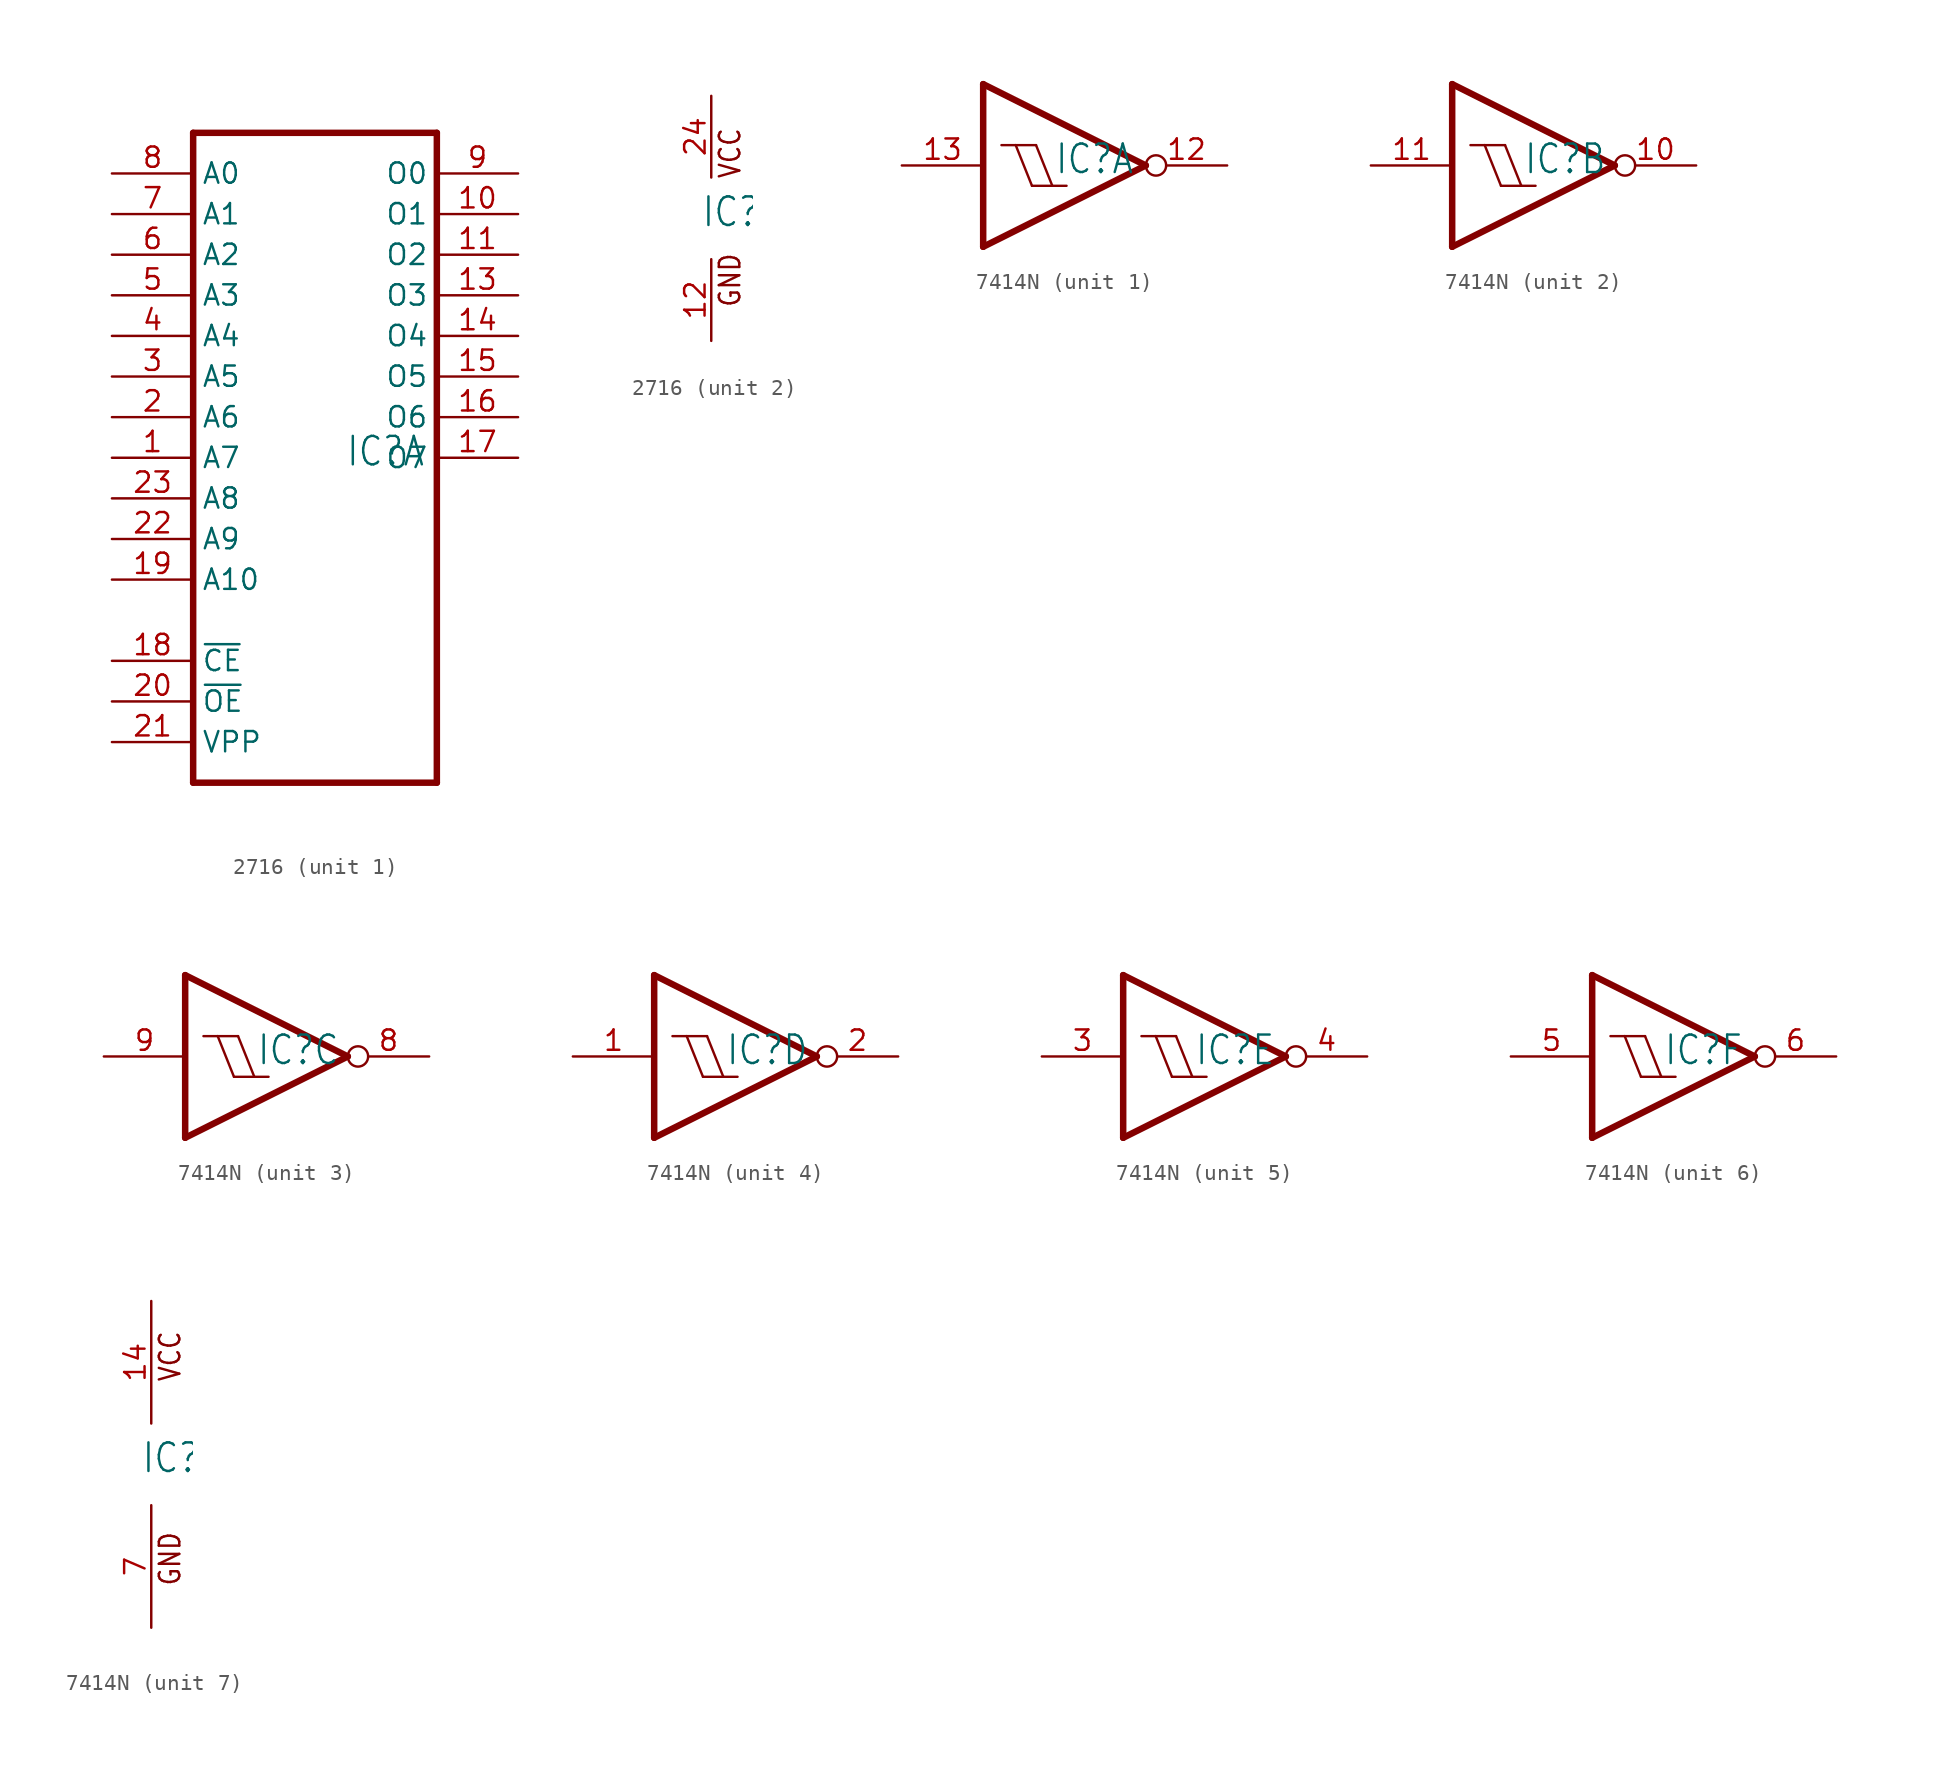
<source format=kicad_sym>
(kicad_symbol_lib
  (version 20211014)
  (generator kicad_symbol_editor)
  (symbol "2716"
    (property "Reference" "IC"
      (at -0.635 -0.635 0)
      (effects (font (size 1.778 1.511)) (justify left bottom)))
    (property "ki_locked" ""
      (at 0 0 0)
      (effects (font (size 1.27 1.27))))
    (symbol "2716_1_0"
      (polyline (pts (xy -10.16 -20.32) (xy 5.08 -20.32)) (stroke (width 0.406) (type default) (color 0 0 0 0)) (fill (type none)))
      (polyline (pts (xy -10.16 20.32) (xy -10.16 -20.32)) (stroke (width 0.406) (type default) (color 0 0 0 0)) (fill (type none)))
      (polyline (pts (xy 5.08 -20.32) (xy 5.08 20.32)) (stroke (width 0.406) (type default) (color 0 0 0 0)) (fill (type none)))
      (polyline (pts (xy 5.08 20.32) (xy -10.16 20.32)) (stroke (width 0.406) (type default) (color 0 0 0 0)) (fill (type none)))
      (pin input line (at -15.24 0 0) (length 5.08) (name "A7" (effects (font (size 1.27 1.27)))) (number "1" (effects (font (size 1.27 1.27)))))
      (pin tri_state line (at 10.16 15.24 180) (length 5.08) (name "O1" (effects (font (size 1.27 1.27)))) (number "10" (effects (font (size 1.27 1.27)))))
      (pin tri_state line (at 10.16 12.7 180) (length 5.08) (name "O2" (effects (font (size 1.27 1.27)))) (number "11" (effects (font (size 1.27 1.27)))))
      (pin tri_state line (at 10.16 10.16 180) (length 5.08) (name "O3" (effects (font (size 1.27 1.27)))) (number "13" (effects (font (size 1.27 1.27)))))
      (pin tri_state line (at 10.16 7.62 180) (length 5.08) (name "O4" (effects (font (size 1.27 1.27)))) (number "14" (effects (font (size 1.27 1.27)))))
      (pin tri_state line (at 10.16 5.08 180) (length 5.08) (name "O5" (effects (font (size 1.27 1.27)))) (number "15" (effects (font (size 1.27 1.27)))))
      (pin tri_state line (at 10.16 2.54 180) (length 5.08) (name "O6" (effects (font (size 1.27 1.27)))) (number "16" (effects (font (size 1.27 1.27)))))
      (pin tri_state line (at 10.16 0 180) (length 5.08) (name "O7" (effects (font (size 1.27 1.27)))) (number "17" (effects (font (size 1.27 1.27)))))
      (pin input line (at -15.24 -12.7 0) (length 5.08) (name "~{CE}" (effects (font (size 1.27 1.27)))) (number "18" (effects (font (size 1.27 1.27)))))
      (pin input line (at -15.24 -7.62 0) (length 5.08) (name "A10" (effects (font (size 1.27 1.27)))) (number "19" (effects (font (size 1.27 1.27)))))
      (pin input line (at -15.24 2.54 0) (length 5.08) (name "A6" (effects (font (size 1.27 1.27)))) (number "2" (effects (font (size 1.27 1.27)))))
      (pin input line (at -15.24 -15.24 0) (length 5.08) (name "~{OE}" (effects (font (size 1.27 1.27)))) (number "20" (effects (font (size 1.27 1.27)))))
      (pin input line (at -15.24 -17.78 0) (length 5.08) (name "VPP" (effects (font (size 1.27 1.27)))) (number "21" (effects (font (size 1.27 1.27)))))
      (pin input line (at -15.24 -5.08 0) (length 5.08) (name "A9" (effects (font (size 1.27 1.27)))) (number "22" (effects (font (size 1.27 1.27)))))
      (pin input line (at -15.24 -2.54 0) (length 5.08) (name "A8" (effects (font (size 1.27 1.27)))) (number "23" (effects (font (size 1.27 1.27)))))
      (pin input line (at -15.24 5.08 0) (length 5.08) (name "A5" (effects (font (size 1.27 1.27)))) (number "3" (effects (font (size 1.27 1.27)))))
      (pin input line (at -15.24 7.62 0) (length 5.08) (name "A4" (effects (font (size 1.27 1.27)))) (number "4" (effects (font (size 1.27 1.27)))))
      (pin input line (at -15.24 10.16 0) (length 5.08) (name "A3" (effects (font (size 1.27 1.27)))) (number "5" (effects (font (size 1.27 1.27)))))
      (pin input line (at -15.24 12.7 0) (length 5.08) (name "A2" (effects (font (size 1.27 1.27)))) (number "6" (effects (font (size 1.27 1.27)))))
      (pin input line (at -15.24 15.24 0) (length 5.08) (name "A1" (effects (font (size 1.27 1.27)))) (number "7" (effects (font (size 1.27 1.27)))))
      (pin input line (at -15.24 17.78 0) (length 5.08) (name "A0" (effects (font (size 1.27 1.27)))) (number "8" (effects (font (size 1.27 1.27)))))
      (pin tri_state line (at 10.16 17.78 180) (length 5.08) (name "O0" (effects (font (size 1.27 1.27)))) (number "9" (effects (font (size 1.27 1.27))))))
    (symbol "2716_2_0"
      (text "GND" (at 1.905 -5.588 900) (effects (font (size 1.27 1.079)) (justify left bottom)))
      (text "VCC" (at 1.905 2.413 900) (effects (font (size 1.27 1.079)) (justify left bottom)))
      (pin power_in line (at 0 -7.62 90) (length 5.08) (name "GND" (effects (font (size 0 0)))) (number "12" (effects (font (size 1.27 1.27)))))
      (pin power_in line (at 0 7.62 270) (length 5.08) (name "VCC" (effects (font (size 0 0)))) (number "24" (effects (font (size 1.27 1.27)))))))
  (symbol "7414N"
    (property "Reference" "IC"
      (at -0.635 -0.635 0)
      (effects (font (size 1.778 1.511)) (justify left bottom)))
    (property "ki_locked" ""
      (at 0 0 0)
      (effects (font (size 1.27 1.27))))
    (symbol "7414N_1_0"
      (polyline (pts (xy -5.08 -5.08) (xy -5.08 5.08)) (stroke (width 0.406) (type default) (color 0 0 0 0)) (fill (type none)))
      (polyline (pts (xy -5.08 5.08) (xy 5.08 0)) (stroke (width 0.406) (type default) (color 0 0 0 0)) (fill (type none)))
      (polyline (pts (xy -3.937 1.27) (xy -3.048 1.27)) (stroke (width 0.152) (type default) (color 0 0 0 0)) (fill (type none)))
      (polyline (pts (xy -3.048 1.27) (xy -1.778 1.27)) (stroke (width 0.152) (type default) (color 0 0 0 0)) (fill (type none)))
      (polyline (pts (xy -2.032 -1.27) (xy -3.048 1.27)) (stroke (width 0.152) (type default) (color 0 0 0 0)) (fill (type none)))
      (polyline (pts (xy -2.032 -1.27) (xy -0.762 -1.27)) (stroke (width 0.152) (type default) (color 0 0 0 0)) (fill (type none)))
      (polyline (pts (xy -0.762 -1.27) (xy -1.778 1.27)) (stroke (width 0.152) (type default) (color 0 0 0 0)) (fill (type none)))
      (polyline (pts (xy -0.762 -1.27) (xy 0.127 -1.27)) (stroke (width 0.152) (type default) (color 0 0 0 0)) (fill (type none)))
      (polyline (pts (xy 5.08 0) (xy -5.08 -5.08)) (stroke (width 0.406) (type default) (color 0 0 0 0)) (fill (type none)))
      (pin output inverted (at 10.16 0 180) (length 5.08) (name "O" (effects (font (size 0 0)))) (number "12" (effects (font (size 1.27 1.27)))))
      (pin input line (at -10.16 0 0) (length 5.08) (name "I" (effects (font (size 0 0)))) (number "13" (effects (font (size 1.27 1.27))))))
    (symbol "7414N_2_0"
      (polyline (pts (xy -5.08 -5.08) (xy -5.08 5.08)) (stroke (width 0.406) (type default) (color 0 0 0 0)) (fill (type none)))
      (polyline (pts (xy -5.08 5.08) (xy 5.08 0)) (stroke (width 0.406) (type default) (color 0 0 0 0)) (fill (type none)))
      (polyline (pts (xy -3.937 1.27) (xy -3.048 1.27)) (stroke (width 0.152) (type default) (color 0 0 0 0)) (fill (type none)))
      (polyline (pts (xy -3.048 1.27) (xy -1.778 1.27)) (stroke (width 0.152) (type default) (color 0 0 0 0)) (fill (type none)))
      (polyline (pts (xy -2.032 -1.27) (xy -3.048 1.27)) (stroke (width 0.152) (type default) (color 0 0 0 0)) (fill (type none)))
      (polyline (pts (xy -2.032 -1.27) (xy -0.762 -1.27)) (stroke (width 0.152) (type default) (color 0 0 0 0)) (fill (type none)))
      (polyline (pts (xy -0.762 -1.27) (xy -1.778 1.27)) (stroke (width 0.152) (type default) (color 0 0 0 0)) (fill (type none)))
      (polyline (pts (xy -0.762 -1.27) (xy 0.127 -1.27)) (stroke (width 0.152) (type default) (color 0 0 0 0)) (fill (type none)))
      (polyline (pts (xy 5.08 0) (xy -5.08 -5.08)) (stroke (width 0.406) (type default) (color 0 0 0 0)) (fill (type none)))
      (pin output inverted (at 10.16 0 180) (length 5.08) (name "O" (effects (font (size 0 0)))) (number "10" (effects (font (size 1.27 1.27)))))
      (pin input line (at -10.16 0 0) (length 5.08) (name "I" (effects (font (size 0 0)))) (number "11" (effects (font (size 1.27 1.27))))))
    (symbol "7414N_3_0"
      (polyline (pts (xy -5.08 -5.08) (xy -5.08 5.08)) (stroke (width 0.406) (type default) (color 0 0 0 0)) (fill (type none)))
      (polyline (pts (xy -5.08 5.08) (xy 5.08 0)) (stroke (width 0.406) (type default) (color 0 0 0 0)) (fill (type none)))
      (polyline (pts (xy -3.937 1.27) (xy -3.048 1.27)) (stroke (width 0.152) (type default) (color 0 0 0 0)) (fill (type none)))
      (polyline (pts (xy -3.048 1.27) (xy -1.778 1.27)) (stroke (width 0.152) (type default) (color 0 0 0 0)) (fill (type none)))
      (polyline (pts (xy -2.032 -1.27) (xy -3.048 1.27)) (stroke (width 0.152) (type default) (color 0 0 0 0)) (fill (type none)))
      (polyline (pts (xy -2.032 -1.27) (xy -0.762 -1.27)) (stroke (width 0.152) (type default) (color 0 0 0 0)) (fill (type none)))
      (polyline (pts (xy -0.762 -1.27) (xy -1.778 1.27)) (stroke (width 0.152) (type default) (color 0 0 0 0)) (fill (type none)))
      (polyline (pts (xy -0.762 -1.27) (xy 0.127 -1.27)) (stroke (width 0.152) (type default) (color 0 0 0 0)) (fill (type none)))
      (polyline (pts (xy 5.08 0) (xy -5.08 -5.08)) (stroke (width 0.406) (type default) (color 0 0 0 0)) (fill (type none)))
      (pin output inverted (at 10.16 0 180) (length 5.08) (name "O" (effects (font (size 0 0)))) (number "8" (effects (font (size 1.27 1.27)))))
      (pin input line (at -10.16 0 0) (length 5.08) (name "I" (effects (font (size 0 0)))) (number "9" (effects (font (size 1.27 1.27))))))
    (symbol "7414N_4_0"
      (polyline (pts (xy -5.08 -5.08) (xy -5.08 5.08)) (stroke (width 0.406) (type default) (color 0 0 0 0)) (fill (type none)))
      (polyline (pts (xy -5.08 5.08) (xy 5.08 0)) (stroke (width 0.406) (type default) (color 0 0 0 0)) (fill (type none)))
      (polyline (pts (xy -3.937 1.27) (xy -3.048 1.27)) (stroke (width 0.152) (type default) (color 0 0 0 0)) (fill (type none)))
      (polyline (pts (xy -3.048 1.27) (xy -1.778 1.27)) (stroke (width 0.152) (type default) (color 0 0 0 0)) (fill (type none)))
      (polyline (pts (xy -2.032 -1.27) (xy -3.048 1.27)) (stroke (width 0.152) (type default) (color 0 0 0 0)) (fill (type none)))
      (polyline (pts (xy -2.032 -1.27) (xy -0.762 -1.27)) (stroke (width 0.152) (type default) (color 0 0 0 0)) (fill (type none)))
      (polyline (pts (xy -0.762 -1.27) (xy -1.778 1.27)) (stroke (width 0.152) (type default) (color 0 0 0 0)) (fill (type none)))
      (polyline (pts (xy -0.762 -1.27) (xy 0.127 -1.27)) (stroke (width 0.152) (type default) (color 0 0 0 0)) (fill (type none)))
      (polyline (pts (xy 5.08 0) (xy -5.08 -5.08)) (stroke (width 0.406) (type default) (color 0 0 0 0)) (fill (type none)))
      (pin input line (at -10.16 0 0) (length 5.08) (name "I" (effects (font (size 0 0)))) (number "1" (effects (font (size 1.27 1.27)))))
      (pin output inverted (at 10.16 0 180) (length 5.08) (name "O" (effects (font (size 0 0)))) (number "2" (effects (font (size 1.27 1.27))))))
    (symbol "7414N_5_0"
      (polyline (pts (xy -5.08 -5.08) (xy -5.08 5.08)) (stroke (width 0.406) (type default) (color 0 0 0 0)) (fill (type none)))
      (polyline (pts (xy -5.08 5.08) (xy 5.08 0)) (stroke (width 0.406) (type default) (color 0 0 0 0)) (fill (type none)))
      (polyline (pts (xy -3.937 1.27) (xy -3.048 1.27)) (stroke (width 0.152) (type default) (color 0 0 0 0)) (fill (type none)))
      (polyline (pts (xy -3.048 1.27) (xy -1.778 1.27)) (stroke (width 0.152) (type default) (color 0 0 0 0)) (fill (type none)))
      (polyline (pts (xy -2.032 -1.27) (xy -3.048 1.27)) (stroke (width 0.152) (type default) (color 0 0 0 0)) (fill (type none)))
      (polyline (pts (xy -2.032 -1.27) (xy -0.762 -1.27)) (stroke (width 0.152) (type default) (color 0 0 0 0)) (fill (type none)))
      (polyline (pts (xy -0.762 -1.27) (xy -1.778 1.27)) (stroke (width 0.152) (type default) (color 0 0 0 0)) (fill (type none)))
      (polyline (pts (xy -0.762 -1.27) (xy 0.127 -1.27)) (stroke (width 0.152) (type default) (color 0 0 0 0)) (fill (type none)))
      (polyline (pts (xy 5.08 0) (xy -5.08 -5.08)) (stroke (width 0.406) (type default) (color 0 0 0 0)) (fill (type none)))
      (pin input line (at -10.16 0 0) (length 5.08) (name "I" (effects (font (size 0 0)))) (number "3" (effects (font (size 1.27 1.27)))))
      (pin output inverted (at 10.16 0 180) (length 5.08) (name "O" (effects (font (size 0 0)))) (number "4" (effects (font (size 1.27 1.27))))))
    (symbol "7414N_6_0"
      (polyline (pts (xy -5.08 -5.08) (xy -5.08 5.08)) (stroke (width 0.406) (type default) (color 0 0 0 0)) (fill (type none)))
      (polyline (pts (xy -5.08 5.08) (xy 5.08 0)) (stroke (width 0.406) (type default) (color 0 0 0 0)) (fill (type none)))
      (polyline (pts (xy -3.937 1.27) (xy -3.048 1.27)) (stroke (width 0.152) (type default) (color 0 0 0 0)) (fill (type none)))
      (polyline (pts (xy -3.048 1.27) (xy -1.778 1.27)) (stroke (width 0.152) (type default) (color 0 0 0 0)) (fill (type none)))
      (polyline (pts (xy -2.032 -1.27) (xy -3.048 1.27)) (stroke (width 0.152) (type default) (color 0 0 0 0)) (fill (type none)))
      (polyline (pts (xy -2.032 -1.27) (xy -0.762 -1.27)) (stroke (width 0.152) (type default) (color 0 0 0 0)) (fill (type none)))
      (polyline (pts (xy -0.762 -1.27) (xy -1.778 1.27)) (stroke (width 0.152) (type default) (color 0 0 0 0)) (fill (type none)))
      (polyline (pts (xy -0.762 -1.27) (xy 0.127 -1.27)) (stroke (width 0.152) (type default) (color 0 0 0 0)) (fill (type none)))
      (polyline (pts (xy 5.08 0) (xy -5.08 -5.08)) (stroke (width 0.406) (type default) (color 0 0 0 0)) (fill (type none)))
      (pin input line (at -10.16 0 0) (length 5.08) (name "I" (effects (font (size 0 0)))) (number "5" (effects (font (size 1.27 1.27)))))
      (pin output inverted (at 10.16 0 180) (length 5.08) (name "O" (effects (font (size 0 0)))) (number "6" (effects (font (size 1.27 1.27))))))
    (symbol "7414N_7_0"
      (text "GND" (at 1.905 -7.62 900) (effects (font (size 1.27 1.079)) (justify left bottom)))
      (text "VCC" (at 1.905 5.08 900) (effects (font (size 1.27 1.079)) (justify left bottom)))
      (pin power_in line (at 0 10.16 270) (length 7.62) (name "VCC" (effects (font (size 0 0)))) (number "14" (effects (font (size 1.27 1.27)))))
      (pin power_in line (at 0 -10.16 90) (length 7.62) (name "GND" (effects (font (size 0 0)))) (number "7" (effects (font (size 1.27 1.27))))))))
</source>
